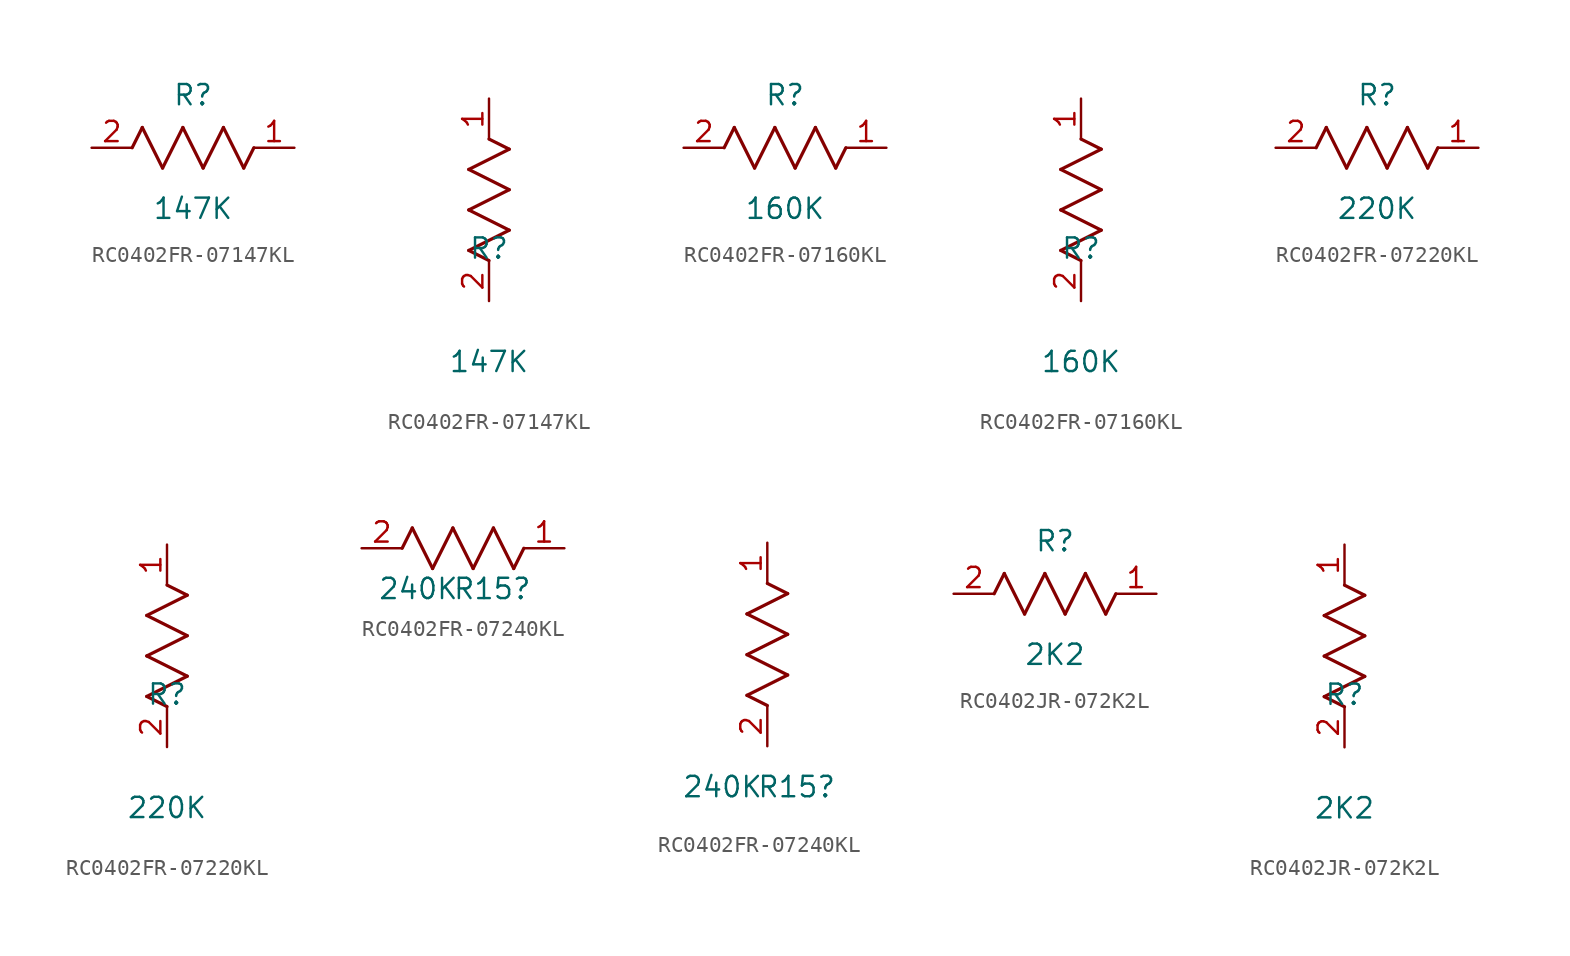
<source format=kicad_sym>
(kicad_symbol_lib
  (version 20241209)
  (generator "kicad_symbol_editor")
  (generator_version "9.0")
  (symbol "RC0402FR-07147KL"
    (pin_names
      (offset 0.254))
    (property "Reference" "R"
      (at 0 3.302 0)
      (effects (font (size 1.27 1.27))))
    (property "Value" "147K"
      (at 0 -3.81 0)
      (effects (font (size 1.27 1.27))))
    (symbol "RC0402FR-07147KL_1_1"
      (polyline (pts (xy -3.81 0) (xy -3.175 1.27)) (stroke (width 0.203) (type default)) (fill (type none)))
      (polyline (pts (xy -3.175 1.27) (xy -1.905 -1.27)) (stroke (width 0.203) (type default)) (fill (type none)))
      (polyline (pts (xy -1.905 -1.27) (xy -0.635 1.27)) (stroke (width 0.203) (type default)) (fill (type none)))
      (polyline (pts (xy -0.635 1.27) (xy 0.635 -1.27)) (stroke (width 0.203) (type default)) (fill (type none)))
      (polyline (pts (xy 0.635 -1.27) (xy 1.905 1.27)) (stroke (width 0.203) (type default)) (fill (type none)))
      (polyline (pts (xy 1.905 1.27) (xy 3.175 -1.27)) (stroke (width 0.203) (type default)) (fill (type none)))
      (polyline (pts (xy 3.175 -1.27) (xy 3.81 0)) (stroke (width 0.203) (type default)) (fill (type none)))
      (pin passive line (at -6.35 0 0) (length 2.54) (name "" (effects (font (size 1.27 1.27)))) (number "2" (effects (font (size 1.27 1.27)))))
      (pin passive line (at 6.35 0 180) (length 2.54) (name "" (effects (font (size 1.27 1.27)))) (number "1" (effects (font (size 1.27 1.27))))))
    (symbol "RC0402FR-07147KL_1_2"
      (polyline (pts (xy -1.27 8.255) (xy 1.27 9.525)) (stroke (width 0.203) (type default)) (fill (type none)))
      (polyline (pts (xy -1.27 5.715) (xy 1.27 6.985)) (stroke (width 0.203) (type default)) (fill (type none)))
      (polyline (pts (xy -1.27 3.175) (xy 1.27 4.445)) (stroke (width 0.203) (type default)) (fill (type none)))
      (polyline (pts (xy 0 2.54) (xy -1.27 3.175)) (stroke (width 0.203) (type default)) (fill (type none)))
      (polyline (pts (xy 1.27 9.525) (xy 0 10.16)) (stroke (width 0.203) (type default)) (fill (type none)))
      (polyline (pts (xy 1.27 6.985) (xy -1.27 8.255)) (stroke (width 0.203) (type default)) (fill (type none)))
      (polyline (pts (xy 1.27 4.445) (xy -1.27 5.715)) (stroke (width 0.203) (type default)) (fill (type none)))
      (pin unspecified line (at 0 12.7 270) (length 2.54) (name "" (effects (font (size 1.27 1.27)))) (number "1" (effects (font (size 1.27 1.27)))))
      (pin unspecified line (at 0 0 90) (length 2.54) (name "" (effects (font (size 1.27 1.27)))) (number "2" (effects (font (size 1.27 1.27)))))))
  (symbol "RC0402FR-07160KL"
    (pin_names
      (offset 0.254))
    (property "Reference" "R"
      (at 0 3.302 0)
      (effects (font (size 1.27 1.27))))
    (property "Value" "160K"
      (at 0 -3.81 0)
      (effects (font (size 1.27 1.27))))
    (symbol "RC0402FR-07160KL_1_1"
      (polyline (pts (xy -3.81 0) (xy -3.175 1.27)) (stroke (width 0.203) (type default)) (fill (type none)))
      (polyline (pts (xy -3.175 1.27) (xy -1.905 -1.27)) (stroke (width 0.203) (type default)) (fill (type none)))
      (polyline (pts (xy -1.905 -1.27) (xy -0.635 1.27)) (stroke (width 0.203) (type default)) (fill (type none)))
      (polyline (pts (xy -0.635 1.27) (xy 0.635 -1.27)) (stroke (width 0.203) (type default)) (fill (type none)))
      (polyline (pts (xy 0.635 -1.27) (xy 1.905 1.27)) (stroke (width 0.203) (type default)) (fill (type none)))
      (polyline (pts (xy 1.905 1.27) (xy 3.175 -1.27)) (stroke (width 0.203) (type default)) (fill (type none)))
      (polyline (pts (xy 3.175 -1.27) (xy 3.81 0)) (stroke (width 0.203) (type default)) (fill (type none)))
      (pin passive line (at -6.35 0 0) (length 2.54) (name "" (effects (font (size 1.27 1.27)))) (number "2" (effects (font (size 1.27 1.27)))))
      (pin passive line (at 6.35 0 180) (length 2.54) (name "" (effects (font (size 1.27 1.27)))) (number "1" (effects (font (size 1.27 1.27))))))
    (symbol "RC0402FR-07160KL_1_2"
      (polyline (pts (xy -1.27 8.255) (xy 1.27 9.525)) (stroke (width 0.203) (type default)) (fill (type none)))
      (polyline (pts (xy -1.27 5.715) (xy 1.27 6.985)) (stroke (width 0.203) (type default)) (fill (type none)))
      (polyline (pts (xy -1.27 3.175) (xy 1.27 4.445)) (stroke (width 0.203) (type default)) (fill (type none)))
      (polyline (pts (xy 0 2.54) (xy -1.27 3.175)) (stroke (width 0.203) (type default)) (fill (type none)))
      (polyline (pts (xy 1.27 9.525) (xy 0 10.16)) (stroke (width 0.203) (type default)) (fill (type none)))
      (polyline (pts (xy 1.27 6.985) (xy -1.27 8.255)) (stroke (width 0.203) (type default)) (fill (type none)))
      (polyline (pts (xy 1.27 4.445) (xy -1.27 5.715)) (stroke (width 0.203) (type default)) (fill (type none)))
      (pin unspecified line (at 0 12.7 270) (length 2.54) (name "" (effects (font (size 1.27 1.27)))) (number "1" (effects (font (size 1.27 1.27)))))
      (pin unspecified line (at 0 0 90) (length 2.54) (name "" (effects (font (size 1.27 1.27)))) (number "2" (effects (font (size 1.27 1.27)))))))
  (symbol "RC0402FR-07220KL"
    (pin_names
      (offset 0.254))
    (property "Reference" "R"
      (at 0 3.302 0)
      (effects (font (size 1.27 1.27))))
    (property "Value" "220K"
      (at 0 -3.81 0)
      (effects (font (size 1.27 1.27))))
    (symbol "RC0402FR-07220KL_1_1"
      (polyline (pts (xy -3.81 0) (xy -3.175 1.27)) (stroke (width 0.203) (type default)) (fill (type none)))
      (polyline (pts (xy -3.175 1.27) (xy -1.905 -1.27)) (stroke (width 0.203) (type default)) (fill (type none)))
      (polyline (pts (xy -1.905 -1.27) (xy -0.635 1.27)) (stroke (width 0.203) (type default)) (fill (type none)))
      (polyline (pts (xy -0.635 1.27) (xy 0.635 -1.27)) (stroke (width 0.203) (type default)) (fill (type none)))
      (polyline (pts (xy 0.635 -1.27) (xy 1.905 1.27)) (stroke (width 0.203) (type default)) (fill (type none)))
      (polyline (pts (xy 1.905 1.27) (xy 3.175 -1.27)) (stroke (width 0.203) (type default)) (fill (type none)))
      (polyline (pts (xy 3.175 -1.27) (xy 3.81 0)) (stroke (width 0.203) (type default)) (fill (type none)))
      (pin passive line (at -6.35 0 0) (length 2.54) (name "" (effects (font (size 1.27 1.27)))) (number "2" (effects (font (size 1.27 1.27)))))
      (pin passive line (at 6.35 0 180) (length 2.54) (name "" (effects (font (size 1.27 1.27)))) (number "1" (effects (font (size 1.27 1.27))))))
    (symbol "RC0402FR-07220KL_1_2"
      (polyline (pts (xy -1.27 8.255) (xy 1.27 9.525)) (stroke (width 0.203) (type default)) (fill (type none)))
      (polyline (pts (xy -1.27 5.715) (xy 1.27 6.985)) (stroke (width 0.203) (type default)) (fill (type none)))
      (polyline (pts (xy -1.27 3.175) (xy 1.27 4.445)) (stroke (width 0.203) (type default)) (fill (type none)))
      (polyline (pts (xy 0 2.54) (xy -1.27 3.175)) (stroke (width 0.203) (type default)) (fill (type none)))
      (polyline (pts (xy 1.27 9.525) (xy 0 10.16)) (stroke (width 0.203) (type default)) (fill (type none)))
      (polyline (pts (xy 1.27 6.985) (xy -1.27 8.255)) (stroke (width 0.203) (type default)) (fill (type none)))
      (polyline (pts (xy 1.27 4.445) (xy -1.27 5.715)) (stroke (width 0.203) (type default)) (fill (type none)))
      (pin unspecified line (at 0 12.7 270) (length 2.54) (name "" (effects (font (size 1.27 1.27)))) (number "1" (effects (font (size 1.27 1.27)))))
      (pin unspecified line (at 0 0 90) (length 2.54) (name "" (effects (font (size 1.27 1.27)))) (number "2" (effects (font (size 1.27 1.27)))))))
  (symbol "RC0402FR-07240KL"
    (pin_names
      (offset 0.254))
    (property "Reference" "R15"
      (at 4.318 -2.54 0)
      (effects (font (size 1.27 1.27)) (justify right)))
    (property "Value" "240K"
      (at -2.794 -2.54 0)
      (effects (font (size 1.27 1.27))))
    (symbol "RC0402FR-07240KL_1_1"
      (polyline (pts (xy -3.81 0) (xy -3.175 1.27)) (stroke (width 0.203) (type default)) (fill (type none)))
      (polyline (pts (xy -3.175 1.27) (xy -1.905 -1.27)) (stroke (width 0.203) (type default)) (fill (type none)))
      (polyline (pts (xy -1.905 -1.27) (xy -0.635 1.27)) (stroke (width 0.203) (type default)) (fill (type none)))
      (polyline (pts (xy -0.635 1.27) (xy 0.635 -1.27)) (stroke (width 0.203) (type default)) (fill (type none)))
      (polyline (pts (xy 0.635 -1.27) (xy 1.905 1.27)) (stroke (width 0.203) (type default)) (fill (type none)))
      (polyline (pts (xy 1.905 1.27) (xy 3.175 -1.27)) (stroke (width 0.203) (type default)) (fill (type none)))
      (polyline (pts (xy 3.175 -1.27) (xy 3.81 0)) (stroke (width 0.203) (type default)) (fill (type none)))
      (pin passive line (at -6.35 0 0) (length 2.54) (name "" (effects (font (size 1.27 1.27)))) (number "2" (effects (font (size 1.27 1.27)))))
      (pin passive line (at 6.35 0 180) (length 2.54) (name "" (effects (font (size 1.27 1.27)))) (number "1" (effects (font (size 1.27 1.27))))))
    (symbol "RC0402FR-07240KL_1_2"
      (polyline (pts (xy -1.27 8.255) (xy 1.27 9.525)) (stroke (width 0.203) (type default)) (fill (type none)))
      (polyline (pts (xy -1.27 5.715) (xy 1.27 6.985)) (stroke (width 0.203) (type default)) (fill (type none)))
      (polyline (pts (xy -1.27 3.175) (xy 1.27 4.445)) (stroke (width 0.203) (type default)) (fill (type none)))
      (polyline (pts (xy 0 2.54) (xy -1.27 3.175)) (stroke (width 0.203) (type default)) (fill (type none)))
      (polyline (pts (xy 1.27 9.525) (xy 0 10.16)) (stroke (width 0.203) (type default)) (fill (type none)))
      (polyline (pts (xy 1.27 6.985) (xy -1.27 8.255)) (stroke (width 0.203) (type default)) (fill (type none)))
      (polyline (pts (xy 1.27 4.445) (xy -1.27 5.715)) (stroke (width 0.203) (type default)) (fill (type none)))
      (pin unspecified line (at 0 12.7 270) (length 2.54) (name "" (effects (font (size 1.27 1.27)))) (number "1" (effects (font (size 1.27 1.27)))))
      (pin unspecified line (at 0 0 90) (length 2.54) (name "" (effects (font (size 1.27 1.27)))) (number "2" (effects (font (size 1.27 1.27)))))))
  (symbol "RC0402JR-072K2L"
    (pin_names
      (offset 0.254))
    (property "Reference" "R"
      (at 0 3.302 0)
      (effects (font (size 1.27 1.27))))
    (property "Value" "2K2"
      (at 0 -3.81 0)
      (effects (font (size 1.27 1.27))))
    (symbol "RC0402JR-072K2L_1_1"
      (polyline (pts (xy -3.81 0) (xy -3.175 1.27)) (stroke (width 0.203) (type default)) (fill (type none)))
      (polyline (pts (xy -3.175 1.27) (xy -1.905 -1.27)) (stroke (width 0.203) (type default)) (fill (type none)))
      (polyline (pts (xy -1.905 -1.27) (xy -0.635 1.27)) (stroke (width 0.203) (type default)) (fill (type none)))
      (polyline (pts (xy -0.635 1.27) (xy 0.635 -1.27)) (stroke (width 0.203) (type default)) (fill (type none)))
      (polyline (pts (xy 0.635 -1.27) (xy 1.905 1.27)) (stroke (width 0.203) (type default)) (fill (type none)))
      (polyline (pts (xy 1.905 1.27) (xy 3.175 -1.27)) (stroke (width 0.203) (type default)) (fill (type none)))
      (polyline (pts (xy 3.175 -1.27) (xy 3.81 0)) (stroke (width 0.203) (type default)) (fill (type none)))
      (pin passive line (at -6.35 0 0) (length 2.54) (name "" (effects (font (size 1.27 1.27)))) (number "2" (effects (font (size 1.27 1.27)))))
      (pin passive line (at 6.35 0 180) (length 2.54) (name "" (effects (font (size 1.27 1.27)))) (number "1" (effects (font (size 1.27 1.27))))))
    (symbol "RC0402JR-072K2L_1_2"
      (polyline (pts (xy -1.27 8.255) (xy 1.27 9.525)) (stroke (width 0.203) (type default)) (fill (type none)))
      (polyline (pts (xy -1.27 5.715) (xy 1.27 6.985)) (stroke (width 0.203) (type default)) (fill (type none)))
      (polyline (pts (xy -1.27 3.175) (xy 1.27 4.445)) (stroke (width 0.203) (type default)) (fill (type none)))
      (polyline (pts (xy 0 2.54) (xy -1.27 3.175)) (stroke (width 0.203) (type default)) (fill (type none)))
      (polyline (pts (xy 1.27 9.525) (xy 0 10.16)) (stroke (width 0.203) (type default)) (fill (type none)))
      (polyline (pts (xy 1.27 6.985) (xy -1.27 8.255)) (stroke (width 0.203) (type default)) (fill (type none)))
      (polyline (pts (xy 1.27 4.445) (xy -1.27 5.715)) (stroke (width 0.203) (type default)) (fill (type none)))
      (pin unspecified line (at 0 12.7 270) (length 2.54) (name "" (effects (font (size 1.27 1.27)))) (number "1" (effects (font (size 1.27 1.27)))))
      (pin unspecified line (at 0 0 90) (length 2.54) (name "" (effects (font (size 1.27 1.27)))) (number "2" (effects (font (size 1.27 1.27))))))))
</source>
